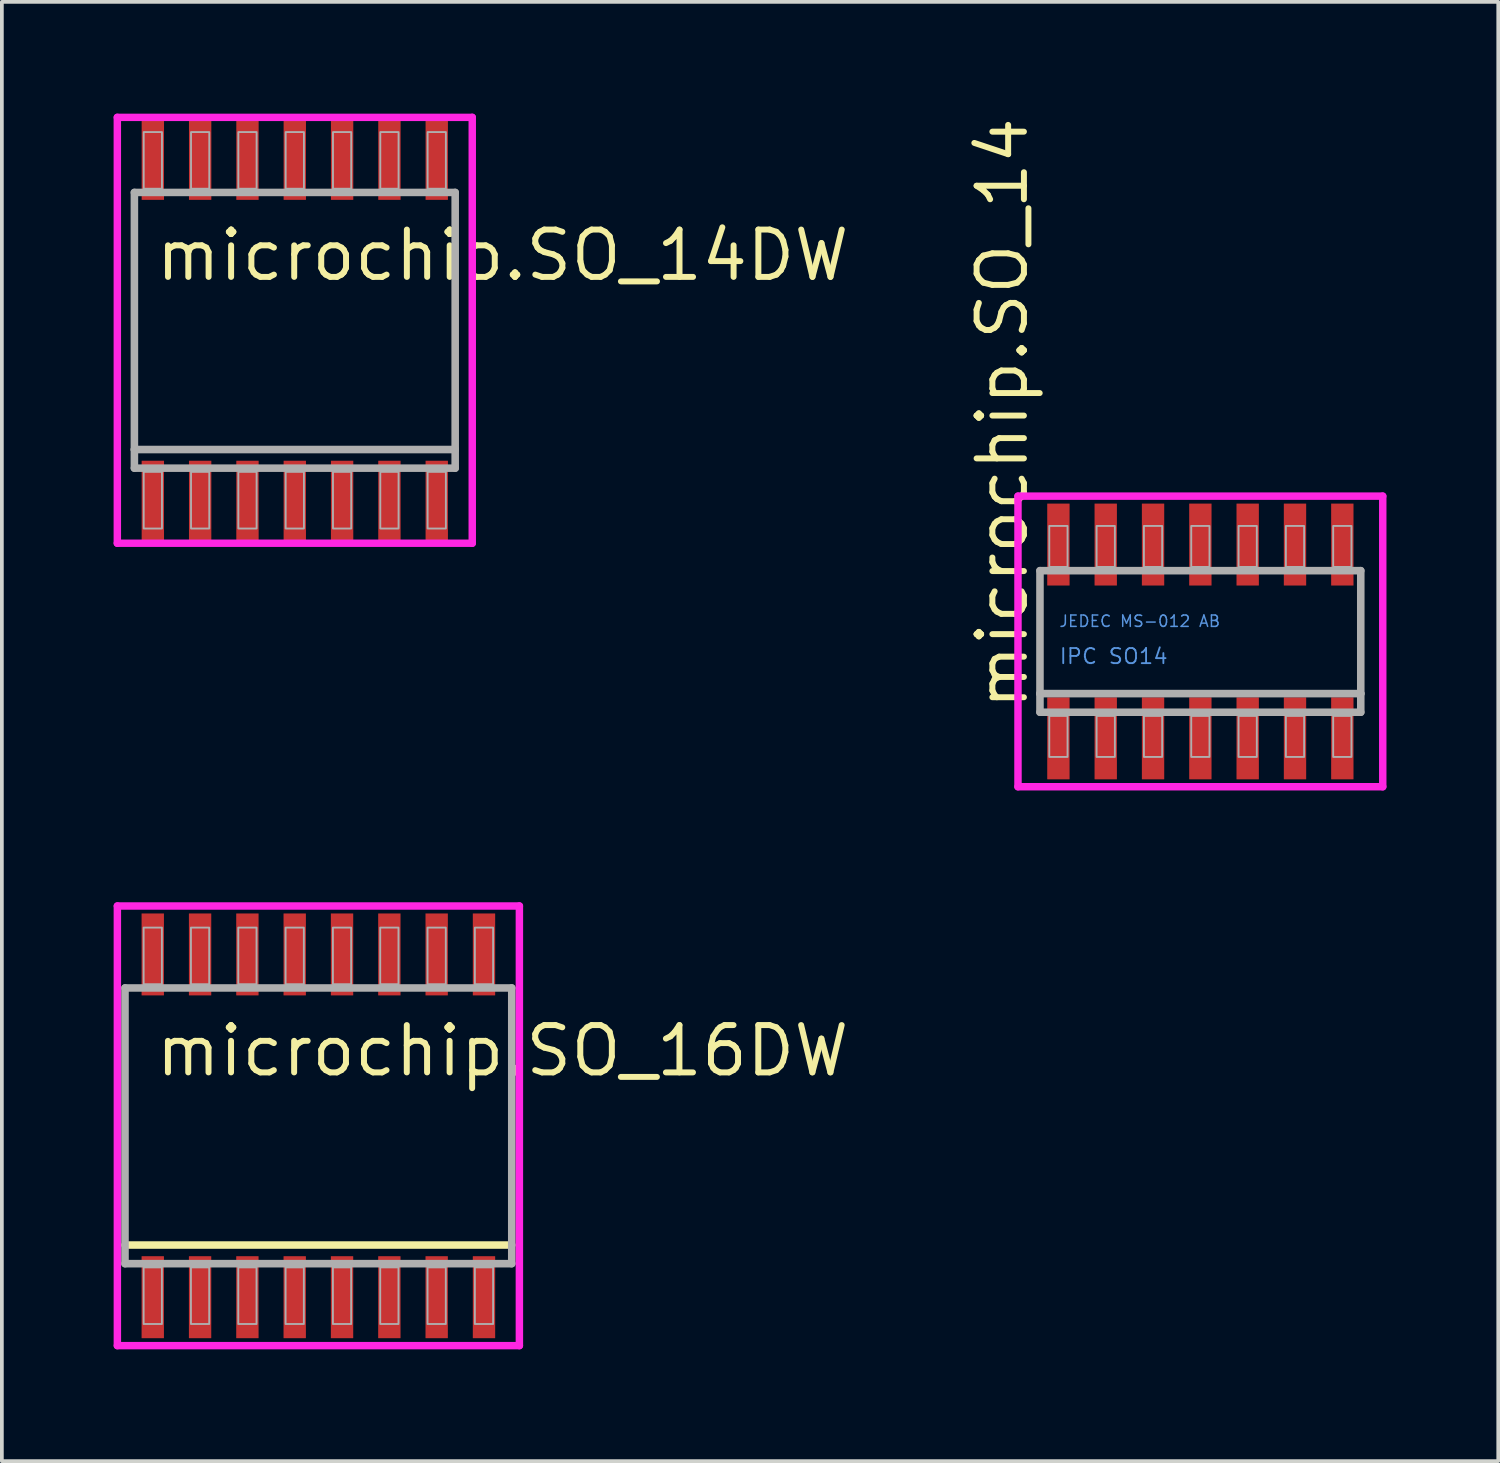
<source format=kicad_pcb>
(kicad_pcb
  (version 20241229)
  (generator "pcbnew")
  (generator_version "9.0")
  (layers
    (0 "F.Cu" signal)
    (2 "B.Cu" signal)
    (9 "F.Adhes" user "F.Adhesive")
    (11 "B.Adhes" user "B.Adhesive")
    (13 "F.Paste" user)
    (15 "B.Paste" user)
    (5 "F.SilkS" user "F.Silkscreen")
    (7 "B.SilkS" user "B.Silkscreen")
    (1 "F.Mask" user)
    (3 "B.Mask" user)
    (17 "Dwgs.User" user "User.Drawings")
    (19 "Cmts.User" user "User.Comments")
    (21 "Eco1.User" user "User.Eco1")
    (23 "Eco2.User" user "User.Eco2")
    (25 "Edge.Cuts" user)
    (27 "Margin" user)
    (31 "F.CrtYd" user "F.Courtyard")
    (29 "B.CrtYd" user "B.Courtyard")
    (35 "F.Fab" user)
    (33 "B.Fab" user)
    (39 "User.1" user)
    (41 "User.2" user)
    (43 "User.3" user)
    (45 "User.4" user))
  (footprint "microchip.SO_14DW"
    (layer "F.Cu")
    (at 4.862 5.815)
    (property "Reference" "microchip.SO_14DW" (at -3.81 -1.27 0) (layer "F.SilkS") (effects (font (size 1.27 1.27) (thickness 0.16)) (justify left bottom)))
    (attr smd)
    (fp_line (start -4.763 -5.715) (end -4.763 5.715) (stroke (width 0.2) (type default)) (layer "F.CrtYd"))
    (fp_line (start -4.763 5.715) (end 4.763 5.715) (stroke (width 0.2) (type default)) (layer "F.CrtYd"))
    (fp_line (start 4.763 -5.715) (end -4.763 -5.715) (stroke (width 0.2) (type default)) (layer "F.CrtYd"))
    (fp_line (start 4.763 5.715) (end 4.763 -5.715) (stroke (width 0.2) (type default)) (layer "F.CrtYd"))
    (fp_line (start -4.305 -3.7) (end 4.305 -3.7) (stroke (width 0.203) (type default)) (layer "F.Fab"))
    (fp_line (start -4.305 3.2) (end -4.305 -3.7) (stroke (width 0.203) (type default)) (layer "F.Fab"))
    (fp_line (start -4.305 3.7) (end -4.305 3.2) (stroke (width 0.203) (type default)) (layer "F.Fab"))
    (fp_line (start 4.305 -3.7) (end 4.305 3.2) (stroke (width 0.203) (type default)) (layer "F.Fab"))
    (fp_line (start 4.305 3.2) (end -4.305 3.2) (stroke (width 0.203) (type default)) (layer "F.Fab"))
    (fp_line (start 4.305 3.2) (end 4.305 3.7) (stroke (width 0.203) (type default)) (layer "F.Fab"))
    (fp_line (start 4.305 3.7) (end -4.305 3.7) (stroke (width 0.203) (type default)) (layer "F.Fab"))
    (fp_rect (start -4.055 -3.8) (end -3.565 -5.32) (stroke (width 0.05) (type default)) (fill no) (layer "F.Fab"))
    (fp_rect (start -4.055 5.32) (end -3.565 3.8) (stroke (width 0.05) (type default)) (fill no) (layer "F.Fab"))
    (fp_rect (start -2.785 -3.8) (end -2.295 -5.32) (stroke (width 0.05) (type default)) (fill no) (layer "F.Fab"))
    (fp_rect (start -2.785 5.32) (end -2.295 3.8) (stroke (width 0.05) (type default)) (fill no) (layer "F.Fab"))
    (fp_rect (start -1.515 -3.8) (end -1.025 -5.32) (stroke (width 0.05) (type default)) (fill no) (layer "F.Fab"))
    (fp_rect (start -1.515 5.32) (end -1.025 3.8) (stroke (width 0.05) (type default)) (fill no) (layer "F.Fab"))
    (fp_rect (start -0.245 -3.8) (end 0.245 -5.32) (stroke (width 0.05) (type default)) (fill no) (layer "F.Fab"))
    (fp_rect (start -0.245 5.32) (end 0.245 3.8) (stroke (width 0.05) (type default)) (fill no) (layer "F.Fab"))
    (fp_rect (start 1.025 -3.8) (end 1.515 -5.32) (stroke (width 0.05) (type default)) (fill no) (layer "F.Fab"))
    (fp_rect (start 1.025 5.32) (end 1.515 3.8) (stroke (width 0.05) (type default)) (fill no) (layer "F.Fab"))
    (fp_rect (start 2.295 -3.8) (end 2.785 -5.32) (stroke (width 0.05) (type default)) (fill no) (layer "F.Fab"))
    (fp_rect (start 2.295 5.32) (end 2.785 3.8) (stroke (width 0.05) (type default)) (fill no) (layer "F.Fab"))
    (fp_rect (start 3.565 -3.8) (end 4.055 -5.32) (stroke (width 0.05) (type default)) (fill no) (layer "F.Fab"))
    (fp_rect (start 3.565 5.32) (end 4.055 3.8) (stroke (width 0.05) (type default)) (fill no) (layer "F.Fab"))
    (pad "1" smd roundrect (at -3.81 4.6) (size 0.6 2.2) (layers "F.Cu" "F.Mask" "F.Paste") (roundrect_rratio 0.01))
    (pad "2" smd roundrect (at -2.54 4.6) (size 0.6 2.2) (layers "F.Cu" "F.Mask" "F.Paste") (roundrect_rratio 0.01))
    (pad "3" smd roundrect (at -1.27 4.6) (size 0.6 2.2) (layers "F.Cu" "F.Mask" "F.Paste") (roundrect_rratio 0.01))
    (pad "4" smd roundrect (at 0 4.6) (size 0.6 2.2) (layers "F.Cu" "F.Mask" "F.Paste") (roundrect_rratio 0.01))
    (pad "5" smd roundrect (at 1.27 4.6) (size 0.6 2.2) (layers "F.Cu" "F.Mask" "F.Paste") (roundrect_rratio 0.01))
    (pad "6" smd roundrect (at 2.54 4.6) (size 0.6 2.2) (layers "F.Cu" "F.Mask" "F.Paste") (roundrect_rratio 0.01))
    (pad "7" smd roundrect (at 3.81 4.6) (size 0.6 2.2) (layers "F.Cu" "F.Mask" "F.Paste") (roundrect_rratio 0.01))
    (pad "8" smd roundrect (at 3.81 -4.6) (size 0.6 2.2) (layers "F.Cu" "F.Mask" "F.Paste") (roundrect_rratio 0.01))
    (pad "9" smd roundrect (at 2.54 -4.6) (size 0.6 2.2) (layers "F.Cu" "F.Mask" "F.Paste") (roundrect_rratio 0.01))
    (pad "10" smd roundrect (at 1.27 -4.6) (size 0.6 2.2) (layers "F.Cu" "F.Mask" "F.Paste") (roundrect_rratio 0.01))
    (pad "11" smd roundrect (at 0 -4.6) (size 0.6 2.2) (layers "F.Cu" "F.Mask" "F.Paste") (roundrect_rratio 0.01))
    (pad "12" smd roundrect (at -1.27 -4.6) (size 0.6 2.2) (layers "F.Cu" "F.Mask" "F.Paste") (roundrect_rratio 0.01))
    (pad "13" smd roundrect (at -2.54 -4.6) (size 0.6 2.2) (layers "F.Cu" "F.Mask" "F.Paste") (roundrect_rratio 0.01))
    (pad "14" smd roundrect (at -3.81 -4.6) (size 0.6 2.2) (layers "F.Cu" "F.Mask" "F.Paste") (roundrect_rratio 0.01)))
  (footprint "microchip.SO_16DW"
    (layer "F.Cu")
    (at 5.495 27.166)
    (property "Reference" "microchip.SO_16DW" (at -4.445 -1.27 0) (layer "F.SilkS") (effects (font (size 1.27 1.27) (thickness 0.16)) (justify left bottom)))
    (attr smd)
    (fp_line (start 5.19 3.2) (end -5.19 3.2) (stroke (width 0.203) (type default)) (layer "F.SilkS"))
    (fp_line (start -5.395 -5.9) (end 5.395 -5.9) (stroke (width 0.2) (type default)) (layer "F.CrtYd"))
    (fp_line (start -5.395 5.9) (end -5.395 -5.9) (stroke (width 0.2) (type default)) (layer "F.CrtYd"))
    (fp_line (start 5.395 -5.9) (end 5.395 5.9) (stroke (width 0.2) (type default)) (layer "F.CrtYd"))
    (fp_line (start 5.395 5.9) (end -5.395 5.9) (stroke (width 0.2) (type default)) (layer "F.CrtYd"))
    (fp_line (start -5.19 -3.7) (end 5.19 -3.7) (stroke (width 0.203) (type default)) (layer "F.Fab"))
    (fp_line (start -5.19 3.7) (end -5.19 -3.7) (stroke (width 0.203) (type default)) (layer "F.Fab"))
    (fp_line (start 5.19 -3.7) (end 5.19 3.7) (stroke (width 0.203) (type default)) (layer "F.Fab"))
    (fp_line (start 5.19 3.7) (end -5.19 3.7) (stroke (width 0.203) (type default)) (layer "F.Fab"))
    (fp_rect (start -4.69 -3.8) (end -4.2 -5.32) (stroke (width 0.05) (type default)) (fill no) (layer "F.Fab"))
    (fp_rect (start -4.69 5.32) (end -4.2 3.8) (stroke (width 0.05) (type default)) (fill no) (layer "F.Fab"))
    (fp_rect (start -3.42 -3.8) (end -2.93 -5.32) (stroke (width 0.05) (type default)) (fill no) (layer "F.Fab"))
    (fp_rect (start -3.42 5.32) (end -2.93 3.8) (stroke (width 0.05) (type default)) (fill no) (layer "F.Fab"))
    (fp_rect (start -2.15 -3.8) (end -1.66 -5.32) (stroke (width 0.05) (type default)) (fill no) (layer "F.Fab"))
    (fp_rect (start -2.15 5.32) (end -1.66 3.8) (stroke (width 0.05) (type default)) (fill no) (layer "F.Fab"))
    (fp_rect (start -0.88 -3.8) (end -0.39 -5.32) (stroke (width 0.05) (type default)) (fill no) (layer "F.Fab"))
    (fp_rect (start -0.88 5.32) (end -0.39 3.8) (stroke (width 0.05) (type default)) (fill no) (layer "F.Fab"))
    (fp_rect (start 0.39 -3.8) (end 0.88 -5.32) (stroke (width 0.05) (type default)) (fill no) (layer "F.Fab"))
    (fp_rect (start 0.39 5.32) (end 0.88 3.8) (stroke (width 0.05) (type default)) (fill no) (layer "F.Fab"))
    (fp_rect (start 1.66 -3.8) (end 2.15 -5.32) (stroke (width 0.05) (type default)) (fill no) (layer "F.Fab"))
    (fp_rect (start 1.66 5.32) (end 2.15 3.8) (stroke (width 0.05) (type default)) (fill no) (layer "F.Fab"))
    (fp_rect (start 2.93 -3.8) (end 3.42 -5.32) (stroke (width 0.05) (type default)) (fill no) (layer "F.Fab"))
    (fp_rect (start 2.93 5.32) (end 3.42 3.8) (stroke (width 0.05) (type default)) (fill no) (layer "F.Fab"))
    (fp_rect (start 4.2 -3.8) (end 4.69 -5.32) (stroke (width 0.05) (type default)) (fill no) (layer "F.Fab"))
    (fp_rect (start 4.2 5.32) (end 4.69 3.8) (stroke (width 0.05) (type default)) (fill no) (layer "F.Fab"))
    (pad "1" smd roundrect (at -4.445 4.6) (size 0.6 2.2) (layers "F.Cu" "F.Mask" "F.Paste") (roundrect_rratio 0.01))
    (pad "2" smd roundrect (at -3.175 4.6) (size 0.6 2.2) (layers "F.Cu" "F.Mask" "F.Paste") (roundrect_rratio 0.01))
    (pad "3" smd roundrect (at -1.905 4.6) (size 0.6 2.2) (layers "F.Cu" "F.Mask" "F.Paste") (roundrect_rratio 0.01))
    (pad "4" smd roundrect (at -0.635 4.6) (size 0.6 2.2) (layers "F.Cu" "F.Mask" "F.Paste") (roundrect_rratio 0.01))
    (pad "5" smd roundrect (at 0.635 4.6) (size 0.6 2.2) (layers "F.Cu" "F.Mask" "F.Paste") (roundrect_rratio 0.01))
    (pad "6" smd roundrect (at 1.905 4.6) (size 0.6 2.2) (layers "F.Cu" "F.Mask" "F.Paste") (roundrect_rratio 0.01))
    (pad "7" smd roundrect (at 3.175 4.6) (size 0.6 2.2) (layers "F.Cu" "F.Mask" "F.Paste") (roundrect_rratio 0.01))
    (pad "8" smd roundrect (at 4.445 4.6) (size 0.6 2.2) (layers "F.Cu" "F.Mask" "F.Paste") (roundrect_rratio 0.01))
    (pad "9" smd roundrect (at 4.445 -4.6) (size 0.6 2.2) (layers "F.Cu" "F.Mask" "F.Paste") (roundrect_rratio 0.01))
    (pad "10" smd roundrect (at 3.175 -4.6) (size 0.6 2.2) (layers "F.Cu" "F.Mask" "F.Paste") (roundrect_rratio 0.01))
    (pad "11" smd roundrect (at 1.905 -4.6) (size 0.6 2.2) (layers "F.Cu" "F.Mask" "F.Paste") (roundrect_rratio 0.01))
    (pad "12" smd roundrect (at 0.635 -4.6) (size 0.6 2.2) (layers "F.Cu" "F.Mask" "F.Paste") (roundrect_rratio 0.01))
    (pad "13" smd roundrect (at -0.635 -4.6) (size 0.6 2.2) (layers "F.Cu" "F.Mask" "F.Paste") (roundrect_rratio 0.01))
    (pad "14" smd roundrect (at -1.905 -4.6) (size 0.6 2.2) (layers "F.Cu" "F.Mask" "F.Paste") (roundrect_rratio 0.01))
    (pad "15" smd roundrect (at -3.175 -4.6) (size 0.6 2.2) (layers "F.Cu" "F.Mask" "F.Paste") (roundrect_rratio 0.01))
    (pad "16" smd roundrect (at -4.445 -4.6) (size 0.6 2.2) (layers "F.Cu" "F.Mask" "F.Paste") (roundrect_rratio 0.01)))
  (footprint "microchip.SO_14"
    (layer "F.Cu")
    (at 29.167 14.166)
    (property "Reference" "microchip.SO_14" (at -4.572 1.905 90) (layer "F.SilkS") (effects (font (size 1.27 1.27) (thickness 0.16)) (justify left bottom)))
    (attr smd)
    (fp_line (start -4.895 -3.9) (end 4.895 -3.9) (stroke (width 0.2) (type default)) (layer "F.CrtYd"))
    (fp_line (start -4.895 3.9) (end -4.895 -3.9) (stroke (width 0.2) (type default)) (layer "F.CrtYd"))
    (fp_line (start 4.895 -3.9) (end 4.895 3.9) (stroke (width 0.2) (type default)) (layer "F.CrtYd"))
    (fp_line (start 4.895 3.9) (end -4.895 3.9) (stroke (width 0.2) (type default)) (layer "F.CrtYd"))
    (fp_line (start -4.305 -1.9) (end 4.305 -1.9) (stroke (width 0.203) (type default)) (layer "F.Fab"))
    (fp_line (start -4.305 1.4) (end -4.305 -1.9) (stroke (width 0.203) (type default)) (layer "F.Fab"))
    (fp_line (start -4.305 1.9) (end -4.305 1.4) (stroke (width 0.203) (type default)) (layer "F.Fab"))
    (fp_line (start 4.305 -1.9) (end 4.305 1.4) (stroke (width 0.203) (type default)) (layer "F.Fab"))
    (fp_line (start 4.305 1.4) (end -4.305 1.4) (stroke (width 0.203) (type default)) (layer "F.Fab"))
    (fp_line (start 4.305 1.4) (end 4.305 1.9) (stroke (width 0.203) (type default)) (layer "F.Fab"))
    (fp_line (start 4.305 1.9) (end -4.305 1.9) (stroke (width 0.203) (type default)) (layer "F.Fab"))
    (fp_rect (start -4.055 -2) (end -3.565 -3.1) (stroke (width 0.05) (type default)) (fill no) (layer "F.Fab"))
    (fp_rect (start -4.055 3.1) (end -3.565 2) (stroke (width 0.05) (type default)) (fill no) (layer "F.Fab"))
    (fp_rect (start -2.785 -2) (end -2.295 -3.1) (stroke (width 0.05) (type default)) (fill no) (layer "F.Fab"))
    (fp_rect (start -2.785 3.1) (end -2.295 2) (stroke (width 0.05) (type default)) (fill no) (layer "F.Fab"))
    (fp_rect (start -1.515 -2) (end -1.025 -3.1) (stroke (width 0.05) (type default)) (fill no) (layer "F.Fab"))
    (fp_rect (start -1.515 3.1) (end -1.025 2) (stroke (width 0.05) (type default)) (fill no) (layer "F.Fab"))
    (fp_rect (start -0.245 -2) (end 0.245 -3.1) (stroke (width 0.05) (type default)) (fill no) (layer "F.Fab"))
    (fp_rect (start -0.245 3.1) (end 0.245 2) (stroke (width 0.05) (type default)) (fill no) (layer "F.Fab"))
    (fp_rect (start 1.025 -2) (end 1.515 -3.1) (stroke (width 0.05) (type default)) (fill no) (layer "F.Fab"))
    (fp_rect (start 1.025 3.1) (end 1.515 2) (stroke (width 0.05) (type default)) (fill no) (layer "F.Fab"))
    (fp_rect (start 2.295 -2) (end 2.785 -3.1) (stroke (width 0.05) (type default)) (fill no) (layer "F.Fab"))
    (fp_rect (start 2.295 3.1) (end 2.785 2) (stroke (width 0.05) (type default)) (fill no) (layer "F.Fab"))
    (fp_rect (start 3.565 -2) (end 4.055 -3.1) (stroke (width 0.05) (type default)) (fill no) (layer "F.Fab"))
    (fp_rect (start 3.565 3.1) (end 4.055 2) (stroke (width 0.05) (type default)) (fill no) (layer "F.Fab"))
    (fp_text user "IPC SO14" (at -3.81 0.635 0) (layer "Cmts.User") (effects (font (size 0.406 0.406) (thickness 0.05)) (justify left bottom)))
    (fp_text user "JEDEC MS-012 AB" (at -3.81 -0.365 0) (layer "Cmts.User") (effects (font (size 0.305 0.305) (thickness 0.04)) (justify left bottom)))
    (pad "1" smd roundrect (at -3.81 2.6) (size 0.6 2.2) (layers "F.Cu" "F.Mask" "F.Paste") (roundrect_rratio 0.01))
    (pad "2" smd roundrect (at -2.54 2.6) (size 0.6 2.2) (layers "F.Cu" "F.Mask" "F.Paste") (roundrect_rratio 0.01))
    (pad "3" smd roundrect (at -1.27 2.6) (size 0.6 2.2) (layers "F.Cu" "F.Mask" "F.Paste") (roundrect_rratio 0.01))
    (pad "4" smd roundrect (at 0 2.6) (size 0.6 2.2) (layers "F.Cu" "F.Mask" "F.Paste") (roundrect_rratio 0.01))
    (pad "5" smd roundrect (at 1.27 2.6) (size 0.6 2.2) (layers "F.Cu" "F.Mask" "F.Paste") (roundrect_rratio 0.01))
    (pad "6" smd roundrect (at 2.54 2.6) (size 0.6 2.2) (layers "F.Cu" "F.Mask" "F.Paste") (roundrect_rratio 0.01))
    (pad "7" smd roundrect (at 3.81 2.6) (size 0.6 2.2) (layers "F.Cu" "F.Mask" "F.Paste") (roundrect_rratio 0.01))
    (pad "8" smd roundrect (at 3.81 -2.6) (size 0.6 2.2) (layers "F.Cu" "F.Mask" "F.Paste") (roundrect_rratio 0.01))
    (pad "9" smd roundrect (at 2.54 -2.6) (size 0.6 2.2) (layers "F.Cu" "F.Mask" "F.Paste") (roundrect_rratio 0.01))
    (pad "10" smd roundrect (at 1.27 -2.6) (size 0.6 2.2) (layers "F.Cu" "F.Mask" "F.Paste") (roundrect_rratio 0.01))
    (pad "11" smd roundrect (at 0 -2.6) (size 0.6 2.2) (layers "F.Cu" "F.Mask" "F.Paste") (roundrect_rratio 0.01))
    (pad "12" smd roundrect (at -1.27 -2.6) (size 0.6 2.2) (layers "F.Cu" "F.Mask" "F.Paste") (roundrect_rratio 0.01))
    (pad "13" smd roundrect (at -2.54 -2.6) (size 0.6 2.2) (layers "F.Cu" "F.Mask" "F.Paste") (roundrect_rratio 0.01))
    (pad "14" smd roundrect (at -3.81 -2.6) (size 0.6 2.2) (layers "F.Cu" "F.Mask" "F.Paste") (roundrect_rratio 0.01)))
  (gr_rect
    (start -3 -3)
    (end 37.162 36.166)
    (stroke (width 0.1) (type default))
    (fill no)
    (layer "Edge.Cuts")))
</source>
